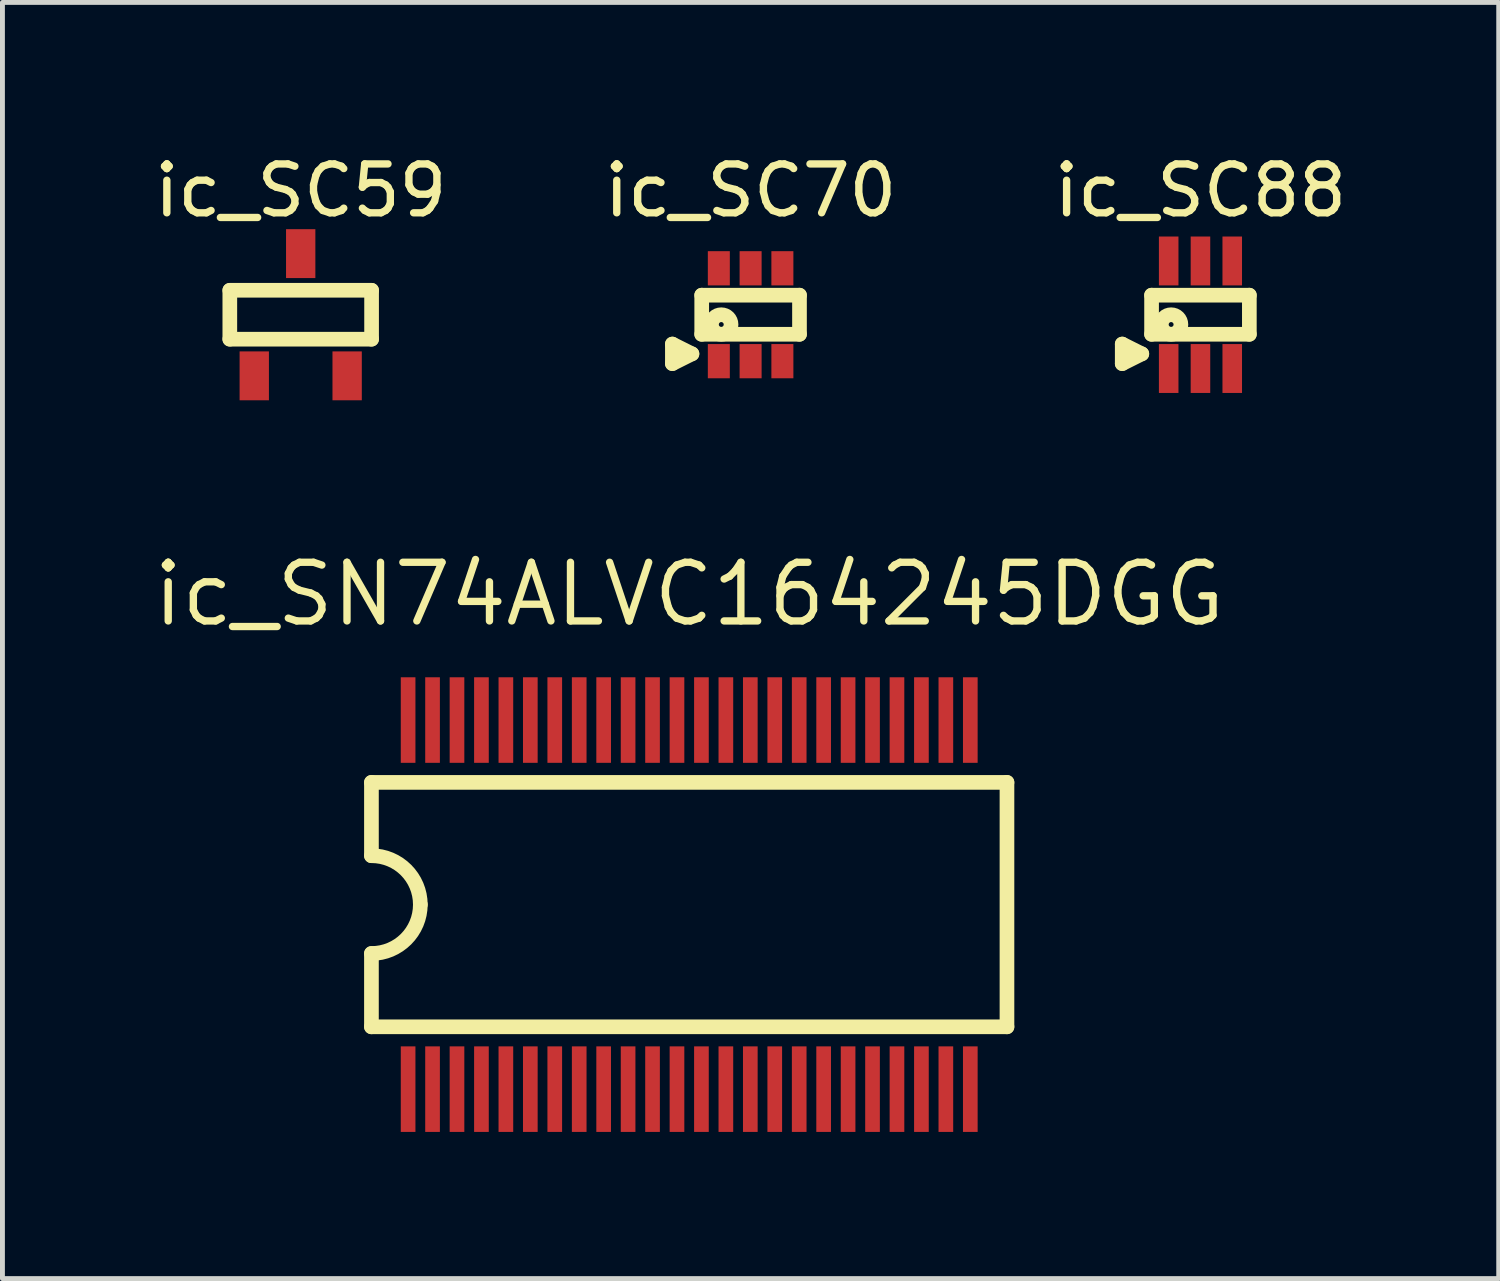
<source format=kicad_pcb>
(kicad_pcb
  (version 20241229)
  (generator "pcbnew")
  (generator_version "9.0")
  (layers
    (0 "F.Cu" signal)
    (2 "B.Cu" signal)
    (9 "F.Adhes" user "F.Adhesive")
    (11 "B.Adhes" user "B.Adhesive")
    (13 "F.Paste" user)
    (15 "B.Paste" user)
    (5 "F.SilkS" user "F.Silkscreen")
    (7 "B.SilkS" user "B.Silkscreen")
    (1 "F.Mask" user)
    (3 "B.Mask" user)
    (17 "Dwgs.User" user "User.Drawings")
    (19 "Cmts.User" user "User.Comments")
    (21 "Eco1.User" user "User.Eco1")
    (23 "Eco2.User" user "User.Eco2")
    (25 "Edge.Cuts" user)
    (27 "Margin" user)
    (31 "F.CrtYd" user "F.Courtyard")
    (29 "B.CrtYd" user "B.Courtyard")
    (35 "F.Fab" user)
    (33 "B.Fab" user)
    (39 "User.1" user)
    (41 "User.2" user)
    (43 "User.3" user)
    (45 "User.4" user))
  (footprint "ic_SC70"
    (layer "F.Cu")
    (at 12.304 3.388)
    (property "Reference" "ic_SC70" (at 0 -2.54 0) (layer "F.SilkS") (effects (font (size 1 1) (thickness 0.15))))
    (attr through_hole)
    (fp_line (start -1.6 0.6) (end -1.6 1) (stroke (width 0.3) (type solid)) (layer "F.SilkS"))
    (fp_line (start -1.6 1) (end -1.2 0.8) (stroke (width 0.3) (type solid)) (layer "F.SilkS"))
    (fp_line (start -1.2 0.8) (end -1.6 0.6) (stroke (width 0.3) (type solid)) (layer "F.SilkS"))
    (fp_line (start -1 -0.4) (end -1 0.4) (stroke (width 0.3) (type solid)) (layer "F.SilkS"))
    (fp_line (start -1 0.4) (end 1 0.4) (stroke (width 0.3) (type solid)) (layer "F.SilkS"))
    (fp_line (start 1 -0.4) (end -1 -0.4) (stroke (width 0.3) (type solid)) (layer "F.SilkS"))
    (fp_line (start 1 0.4) (end 1 -0.4) (stroke (width 0.3) (type solid)) (layer "F.SilkS"))
    (fp_circle (center -0.6 0.2) (end -0.4 0.2) (stroke (width 0.3) (type solid)) (fill no) (layer "F.SilkS"))
    (pad "1" smd rect (at -0.65 0.95) (size 0.45 0.7) (layers "F.Cu" "F.Mask" "F.Paste"))
    (pad "2" smd rect (at 0 0.95) (size 0.45 0.7) (layers "F.Cu" "F.Mask" "F.Paste"))
    (pad "3" smd rect (at 0.65 0.95) (size 0.45 0.7) (layers "F.Cu" "F.Mask" "F.Paste"))
    (pad "4" smd rect (at 0.65 -0.95) (size 0.45 0.7) (layers "F.Cu" "F.Mask" "F.Paste"))
    (pad "5" smd rect (at 0 -0.95) (size 0.45 0.7) (layers "F.Cu" "F.Mask" "F.Paste"))
    (pad "6" smd rect (at -0.65 -0.95) (size 0.45 0.7) (layers "F.Cu" "F.Mask" "F.Paste")))
  (footprint "ic_SN74ALVC164245DGG"
    (layer "F.Cu")
    (at 11.048 15.454)
    (property "Reference" "ic_SN74ALVC164245DGG" (at 0 -6.35 180) (layer "F.SilkS") (effects (font (size 1.2 1.2) (thickness 0.15))))
    (attr through_hole)
    (fp_line (start -6.5 -2.5) (end -6.5 -1) (stroke (width 0.3) (type solid)) (layer "F.SilkS"))
    (fp_line (start -6.5 -2.5) (end 6.5 -2.5) (stroke (width 0.3) (type solid)) (layer "F.SilkS"))
    (fp_line (start -6.5 1) (end -6.5 2.5) (stroke (width 0.3) (type solid)) (layer "F.SilkS"))
    (fp_line (start 6.5 -2.5) (end 6.5 2.5) (stroke (width 0.3) (type solid)) (layer "F.SilkS"))
    (fp_line (start 6.5 2.5) (end -6.5 2.5) (stroke (width 0.3) (type solid)) (layer "F.SilkS"))
    (fp_arc (start -6.5 -1) (mid -5.792893 -0.707107) (end -5.5 0) (stroke (width 0.3) (type solid)) (layer "F.SilkS"))
    (fp_arc (start -5.5 0) (mid -5.792893 0.707107) (end -6.5 1) (stroke (width 0.3) (type solid)) (layer "F.SilkS"))
    (pad "1" smd rect (at -5.75 3.775) (size 0.3 1.75) (layers "F.Cu" "F.Mask" "F.Paste"))
    (pad "2" smd rect (at -5.25 3.775) (size 0.3 1.75) (layers "F.Cu" "F.Mask" "F.Paste"))
    (pad "3" smd rect (at -4.75 3.775) (size 0.3 1.75) (layers "F.Cu" "F.Mask" "F.Paste"))
    (pad "4" smd rect (at -4.25 3.775) (size 0.3 1.75) (layers "F.Cu" "F.Mask" "F.Paste"))
    (pad "5" smd rect (at -3.75 3.775) (size 0.3 1.75) (layers "F.Cu" "F.Mask" "F.Paste"))
    (pad "6" smd rect (at -3.25 3.775) (size 0.3 1.75) (layers "F.Cu" "F.Mask" "F.Paste"))
    (pad "7" smd rect (at -2.75 3.775) (size 0.3 1.75) (layers "F.Cu" "F.Mask" "F.Paste"))
    (pad "8" smd rect (at -2.25 3.775) (size 0.3 1.75) (layers "F.Cu" "F.Mask" "F.Paste"))
    (pad "9" smd rect (at -1.75 3.775) (size 0.3 1.75) (layers "F.Cu" "F.Mask" "F.Paste"))
    (pad "10" smd rect (at -1.25 3.775) (size 0.3 1.75) (layers "F.Cu" "F.Mask" "F.Paste"))
    (pad "11" smd rect (at -0.75 3.775) (size 0.3 1.75) (layers "F.Cu" "F.Mask" "F.Paste"))
    (pad "12" smd rect (at -0.25 3.775) (size 0.3 1.75) (layers "F.Cu" "F.Mask" "F.Paste"))
    (pad "13" smd rect (at 0.25 3.775) (size 0.3 1.75) (layers "F.Cu" "F.Mask" "F.Paste"))
    (pad "14" smd rect (at 0.75 3.775) (size 0.3 1.75) (layers "F.Cu" "F.Mask" "F.Paste"))
    (pad "15" smd rect (at 1.25 3.775) (size 0.3 1.75) (layers "F.Cu" "F.Mask" "F.Paste"))
    (pad "16" smd rect (at 1.75 3.775) (size 0.3 1.75) (layers "F.Cu" "F.Mask" "F.Paste"))
    (pad "17" smd rect (at 2.25 3.775) (size 0.3 1.75) (layers "F.Cu" "F.Mask" "F.Paste"))
    (pad "18" smd rect (at 2.75 3.775) (size 0.3 1.75) (layers "F.Cu" "F.Mask" "F.Paste"))
    (pad "19" smd rect (at 3.25 3.775) (size 0.3 1.75) (layers "F.Cu" "F.Mask" "F.Paste"))
    (pad "20" smd rect (at 3.75 3.775) (size 0.3 1.75) (layers "F.Cu" "F.Mask" "F.Paste"))
    (pad "21" smd rect (at 4.25 3.775) (size 0.3 1.75) (layers "F.Cu" "F.Mask" "F.Paste"))
    (pad "22" smd rect (at 4.75 3.775) (size 0.3 1.75) (layers "F.Cu" "F.Mask" "F.Paste"))
    (pad "23" smd rect (at 5.25 3.775) (size 0.3 1.75) (layers "F.Cu" "F.Mask" "F.Paste"))
    (pad "24" smd rect (at 5.75 3.775) (size 0.3 1.75) (layers "F.Cu" "F.Mask" "F.Paste"))
    (pad "25" smd rect (at 5.75 -3.775) (size 0.3 1.75) (layers "F.Cu" "F.Mask" "F.Paste"))
    (pad "26" smd rect (at 5.25 -3.775) (size 0.3 1.75) (layers "F.Cu" "F.Mask" "F.Paste"))
    (pad "27" smd rect (at 4.75 -3.775) (size 0.3 1.75) (layers "F.Cu" "F.Mask" "F.Paste"))
    (pad "28" smd rect (at 4.25 -3.775) (size 0.3 1.75) (layers "F.Cu" "F.Mask" "F.Paste"))
    (pad "29" smd rect (at 3.75 -3.775) (size 0.3 1.75) (layers "F.Cu" "F.Mask" "F.Paste"))
    (pad "30" smd rect (at 3.25 -3.775) (size 0.3 1.75) (layers "F.Cu" "F.Mask" "F.Paste"))
    (pad "31" smd rect (at 2.75 -3.775) (size 0.3 1.75) (layers "F.Cu" "F.Mask" "F.Paste"))
    (pad "32" smd rect (at 2.25 -3.775) (size 0.3 1.75) (layers "F.Cu" "F.Mask" "F.Paste"))
    (pad "33" smd rect (at 1.75 -3.775) (size 0.3 1.75) (layers "F.Cu" "F.Mask" "F.Paste"))
    (pad "34" smd rect (at 1.25 -3.775) (size 0.3 1.75) (layers "F.Cu" "F.Mask" "F.Paste"))
    (pad "35" smd rect (at 0.75 -3.775) (size 0.3 1.75) (layers "F.Cu" "F.Mask" "F.Paste"))
    (pad "36" smd rect (at 0.25 -3.775) (size 0.3 1.75) (layers "F.Cu" "F.Mask" "F.Paste"))
    (pad "37" smd rect (at -0.25 -3.775) (size 0.3 1.75) (layers "F.Cu" "F.Mask" "F.Paste"))
    (pad "38" smd rect (at -0.75 -3.775) (size 0.3 1.75) (layers "F.Cu" "F.Mask" "F.Paste"))
    (pad "39" smd rect (at -1.25 -3.775) (size 0.3 1.75) (layers "F.Cu" "F.Mask" "F.Paste"))
    (pad "40" smd rect (at -1.75 -3.775) (size 0.3 1.75) (layers "F.Cu" "F.Mask" "F.Paste"))
    (pad "41" smd rect (at -2.25 -3.775) (size 0.3 1.75) (layers "F.Cu" "F.Mask" "F.Paste"))
    (pad "42" smd rect (at -2.75 -3.775) (size 0.3 1.75) (layers "F.Cu" "F.Mask" "F.Paste"))
    (pad "43" smd rect (at -3.25 -3.775) (size 0.3 1.75) (layers "F.Cu" "F.Mask" "F.Paste"))
    (pad "44" smd rect (at -3.75 -3.775) (size 0.3 1.75) (layers "F.Cu" "F.Mask" "F.Paste"))
    (pad "45" smd rect (at -4.25 -3.775) (size 0.3 1.75) (layers "F.Cu" "F.Mask" "F.Paste"))
    (pad "46" smd rect (at -4.75 -3.775) (size 0.3 1.75) (layers "F.Cu" "F.Mask" "F.Paste"))
    (pad "47" smd rect (at -5.25 -3.775) (size 0.3 1.75) (layers "F.Cu" "F.Mask" "F.Paste"))
    (pad "48" smd rect (at -5.75 -3.775) (size 0.3 1.75) (layers "F.Cu" "F.Mask" "F.Paste")))
  (footprint "ic_SC88"
    (layer "F.Cu")
    (at 21.506 3.388)
    (property "Reference" "ic_SC88" (at 0 -2.54 0) (layer "F.SilkS") (effects (font (size 1 1) (thickness 0.15))))
    (attr through_hole)
    (fp_line (start -1.6 0.6) (end -1.6 1) (stroke (width 0.3) (type solid)) (layer "F.SilkS"))
    (fp_line (start -1.6 1) (end -1.2 0.8) (stroke (width 0.3) (type solid)) (layer "F.SilkS"))
    (fp_line (start -1.2 0.8) (end -1.6 0.6) (stroke (width 0.3) (type solid)) (layer "F.SilkS"))
    (fp_line (start -1 -0.4) (end -1 0.4) (stroke (width 0.3) (type solid)) (layer "F.SilkS"))
    (fp_line (start -1 0.4) (end 1 0.4) (stroke (width 0.3) (type solid)) (layer "F.SilkS"))
    (fp_line (start 1 -0.4) (end -1 -0.4) (stroke (width 0.3) (type solid)) (layer "F.SilkS"))
    (fp_line (start 1 0.4) (end 1 -0.4) (stroke (width 0.3) (type solid)) (layer "F.SilkS"))
    (fp_circle (center -0.6 0.2) (end -0.4 0.2) (stroke (width 0.3) (type solid)) (fill no) (layer "F.SilkS"))
    (pad "1" smd rect (at -0.65 1.1) (size 0.4 1) (layers "F.Cu" "F.Mask" "F.Paste"))
    (pad "2" smd rect (at 0 1.1) (size 0.4 1) (layers "F.Cu" "F.Mask" "F.Paste"))
    (pad "3" smd rect (at 0.65 1.1) (size 0.4 1) (layers "F.Cu" "F.Mask" "F.Paste"))
    (pad "4" smd rect (at 0.65 -1.1) (size 0.4 1) (layers "F.Cu" "F.Mask" "F.Paste"))
    (pad "5" smd rect (at 0 -1.1) (size 0.4 1) (layers "F.Cu" "F.Mask" "F.Paste"))
    (pad "6" smd rect (at -0.65 -1.1) (size 0.4 1) (layers "F.Cu" "F.Mask" "F.Paste")))
  (footprint "ic_SC59"
    (layer "F.Cu")
    (at 3.101 3.388)
    (property "Reference" "ic_SC59" (at 0 -2.54 0) (layer "F.SilkS") (effects (font (size 1 1) (thickness 0.15))))
    (attr through_hole)
    (fp_line (start -1.45 -0.5) (end -1.45 0.5) (stroke (width 0.3) (type solid)) (layer "F.SilkS"))
    (fp_line (start -1.45 0.5) (end 1.45 0.5) (stroke (width 0.3) (type solid)) (layer "F.SilkS"))
    (fp_line (start 1.45 -0.5) (end -1.45 -0.5) (stroke (width 0.3) (type solid)) (layer "F.SilkS"))
    (fp_line (start 1.45 0.5) (end 1.45 -0.5) (stroke (width 0.3) (type solid)) (layer "F.SilkS"))
    (pad "1" smd rect (at -0.95 1.25) (size 0.6 1) (layers "F.Cu" "F.Mask" "F.Paste"))
    (pad "2" smd rect (at 0.95 1.25) (size 0.6 1) (layers "F.Cu" "F.Mask" "F.Paste"))
    (pad "3" smd rect (at 0 -1.25) (size 0.6 1) (layers "F.Cu" "F.Mask" "F.Paste")))
  (gr_rect
    (start -3 -3)
    (end 27.607 23.104)
    (stroke (width 0.1) (type default))
    (fill no)
    (layer "Edge.Cuts")))
</source>
